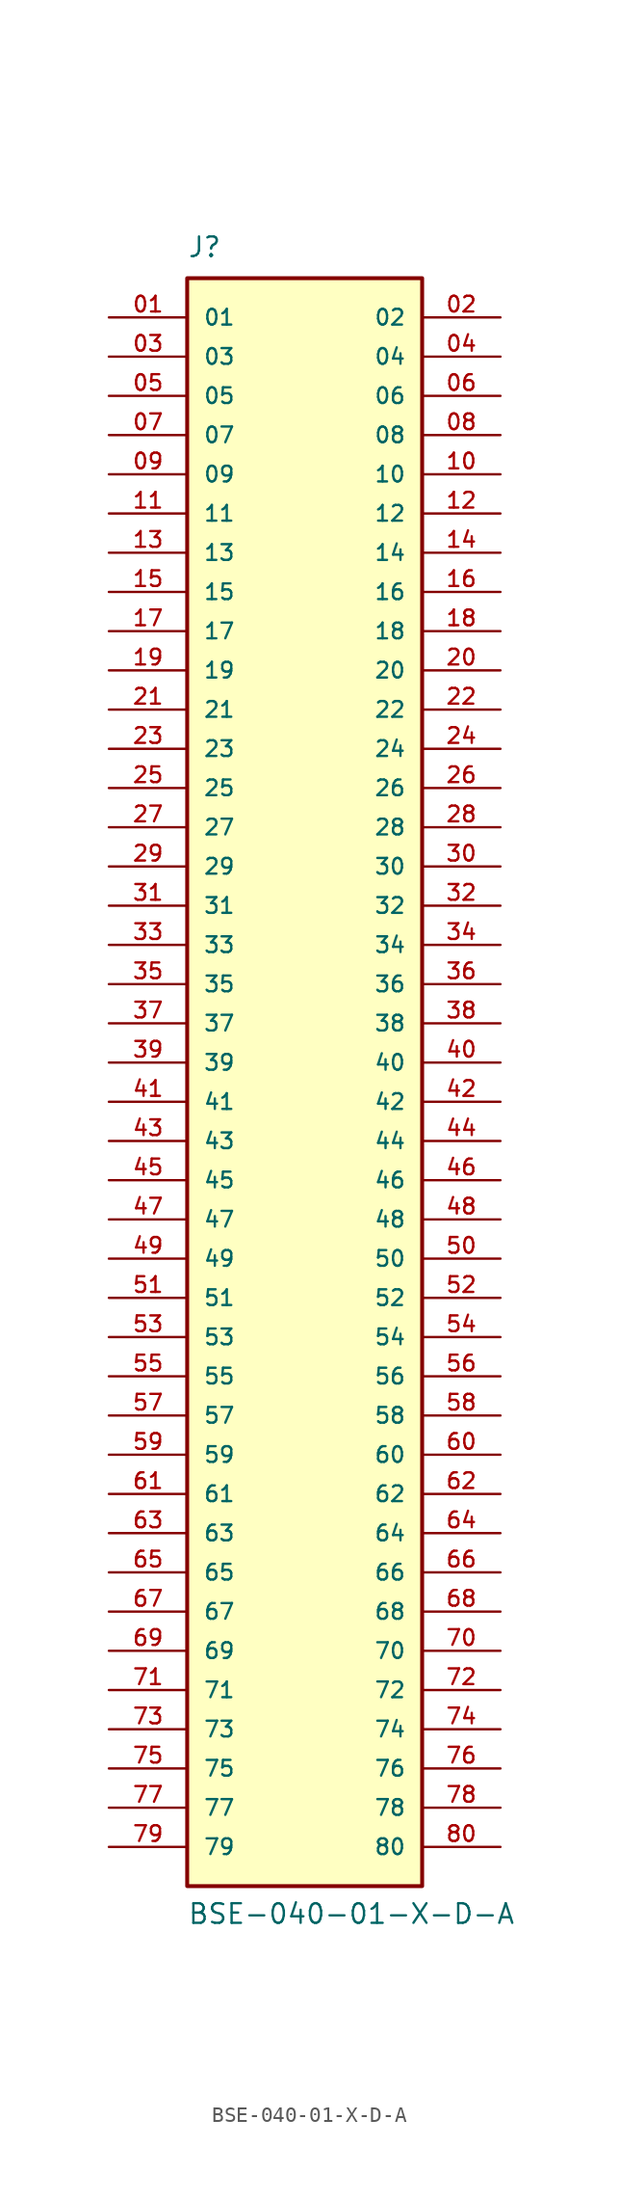
<source format=kicad_sym>
(kicad_symbol_lib
  (version 20211014)
  (generator kicad_symbol_editor)
  (symbol "BSE-040-01-X-D-A"
    (pin_names
      (offset 1.016))
    (property "Reference" "J"
      (at -7.62 52.07 0)
      (effects (font (size 1.27 1.27)) (justify bottom left)))
    (property "Value" "BSE-040-01-X-D-A"
      (at -7.62 -55.88 0)
      (effects (font (size 1.27 1.27)) (justify bottom left)))
    (symbol "BSE-040-01-X-D-A_0_0"
      (rectangle (start -7.62 -53.34) (end 7.62 50.8) (stroke (width 0.254)) (fill (type background)))
      (pin passive line (at -12.7 48.26 0) (length 5.08) (name "01" (effects (font (size 1.016 1.016)))) (number "01" (effects (font (size 1.016 1.016)))))
      (pin passive line (at 12.7 48.26 180.0) (length 5.08) (name "02" (effects (font (size 1.016 1.016)))) (number "02" (effects (font (size 1.016 1.016)))))
      (pin passive line (at -12.7 45.72 0) (length 5.08) (name "03" (effects (font (size 1.016 1.016)))) (number "03" (effects (font (size 1.016 1.016)))))
      (pin passive line (at 12.7 45.72 180.0) (length 5.08) (name "04" (effects (font (size 1.016 1.016)))) (number "04" (effects (font (size 1.016 1.016)))))
      (pin passive line (at -12.7 43.18 0) (length 5.08) (name "05" (effects (font (size 1.016 1.016)))) (number "05" (effects (font (size 1.016 1.016)))))
      (pin passive line (at 12.7 43.18 180.0) (length 5.08) (name "06" (effects (font (size 1.016 1.016)))) (number "06" (effects (font (size 1.016 1.016)))))
      (pin passive line (at -12.7 40.64 0) (length 5.08) (name "07" (effects (font (size 1.016 1.016)))) (number "07" (effects (font (size 1.016 1.016)))))
      (pin passive line (at 12.7 40.64 180.0) (length 5.08) (name "08" (effects (font (size 1.016 1.016)))) (number "08" (effects (font (size 1.016 1.016)))))
      (pin passive line (at -12.7 38.1 0) (length 5.08) (name "09" (effects (font (size 1.016 1.016)))) (number "09" (effects (font (size 1.016 1.016)))))
      (pin passive line (at 12.7 38.1 180.0) (length 5.08) (name "10" (effects (font (size 1.016 1.016)))) (number "10" (effects (font (size 1.016 1.016)))))
      (pin passive line (at -12.7 35.56 0) (length 5.08) (name "11" (effects (font (size 1.016 1.016)))) (number "11" (effects (font (size 1.016 1.016)))))
      (pin passive line (at 12.7 35.56 180.0) (length 5.08) (name "12" (effects (font (size 1.016 1.016)))) (number "12" (effects (font (size 1.016 1.016)))))
      (pin passive line (at -12.7 33.02 0) (length 5.08) (name "13" (effects (font (size 1.016 1.016)))) (number "13" (effects (font (size 1.016 1.016)))))
      (pin passive line (at 12.7 33.02 180.0) (length 5.08) (name "14" (effects (font (size 1.016 1.016)))) (number "14" (effects (font (size 1.016 1.016)))))
      (pin passive line (at -12.7 30.48 0) (length 5.08) (name "15" (effects (font (size 1.016 1.016)))) (number "15" (effects (font (size 1.016 1.016)))))
      (pin passive line (at 12.7 30.48 180.0) (length 5.08) (name "16" (effects (font (size 1.016 1.016)))) (number "16" (effects (font (size 1.016 1.016)))))
      (pin passive line (at -12.7 27.94 0) (length 5.08) (name "17" (effects (font (size 1.016 1.016)))) (number "17" (effects (font (size 1.016 1.016)))))
      (pin passive line (at 12.7 27.94 180.0) (length 5.08) (name "18" (effects (font (size 1.016 1.016)))) (number "18" (effects (font (size 1.016 1.016)))))
      (pin passive line (at -12.7 25.4 0) (length 5.08) (name "19" (effects (font (size 1.016 1.016)))) (number "19" (effects (font (size 1.016 1.016)))))
      (pin passive line (at 12.7 25.4 180.0) (length 5.08) (name "20" (effects (font (size 1.016 1.016)))) (number "20" (effects (font (size 1.016 1.016)))))
      (pin passive line (at -12.7 22.86 0) (length 5.08) (name "21" (effects (font (size 1.016 1.016)))) (number "21" (effects (font (size 1.016 1.016)))))
      (pin passive line (at 12.7 22.86 180.0) (length 5.08) (name "22" (effects (font (size 1.016 1.016)))) (number "22" (effects (font (size 1.016 1.016)))))
      (pin passive line (at -12.7 20.32 0) (length 5.08) (name "23" (effects (font (size 1.016 1.016)))) (number "23" (effects (font (size 1.016 1.016)))))
      (pin passive line (at 12.7 20.32 180.0) (length 5.08) (name "24" (effects (font (size 1.016 1.016)))) (number "24" (effects (font (size 1.016 1.016)))))
      (pin passive line (at -12.7 17.78 0) (length 5.08) (name "25" (effects (font (size 1.016 1.016)))) (number "25" (effects (font (size 1.016 1.016)))))
      (pin passive line (at 12.7 17.78 180.0) (length 5.08) (name "26" (effects (font (size 1.016 1.016)))) (number "26" (effects (font (size 1.016 1.016)))))
      (pin passive line (at -12.7 15.24 0) (length 5.08) (name "27" (effects (font (size 1.016 1.016)))) (number "27" (effects (font (size 1.016 1.016)))))
      (pin passive line (at 12.7 15.24 180.0) (length 5.08) (name "28" (effects (font (size 1.016 1.016)))) (number "28" (effects (font (size 1.016 1.016)))))
      (pin passive line (at -12.7 12.7 0) (length 5.08) (name "29" (effects (font (size 1.016 1.016)))) (number "29" (effects (font (size 1.016 1.016)))))
      (pin passive line (at 12.7 12.7 180.0) (length 5.08) (name "30" (effects (font (size 1.016 1.016)))) (number "30" (effects (font (size 1.016 1.016)))))
      (pin passive line (at -12.7 10.16 0) (length 5.08) (name "31" (effects (font (size 1.016 1.016)))) (number "31" (effects (font (size 1.016 1.016)))))
      (pin passive line (at 12.7 10.16 180.0) (length 5.08) (name "32" (effects (font (size 1.016 1.016)))) (number "32" (effects (font (size 1.016 1.016)))))
      (pin passive line (at -12.7 7.62 0) (length 5.08) (name "33" (effects (font (size 1.016 1.016)))) (number "33" (effects (font (size 1.016 1.016)))))
      (pin passive line (at 12.7 7.62 180.0) (length 5.08) (name "34" (effects (font (size 1.016 1.016)))) (number "34" (effects (font (size 1.016 1.016)))))
      (pin passive line (at -12.7 5.08 0) (length 5.08) (name "35" (effects (font (size 1.016 1.016)))) (number "35" (effects (font (size 1.016 1.016)))))
      (pin passive line (at 12.7 5.08 180.0) (length 5.08) (name "36" (effects (font (size 1.016 1.016)))) (number "36" (effects (font (size 1.016 1.016)))))
      (pin passive line (at -12.7 2.54 0) (length 5.08) (name "37" (effects (font (size 1.016 1.016)))) (number "37" (effects (font (size 1.016 1.016)))))
      (pin passive line (at 12.7 2.54 180.0) (length 5.08) (name "38" (effects (font (size 1.016 1.016)))) (number "38" (effects (font (size 1.016 1.016)))))
      (pin passive line (at -12.7 0.0 0) (length 5.08) (name "39" (effects (font (size 1.016 1.016)))) (number "39" (effects (font (size 1.016 1.016)))))
      (pin passive line (at 12.7 0.0 180.0) (length 5.08) (name "40" (effects (font (size 1.016 1.016)))) (number "40" (effects (font (size 1.016 1.016)))))
      (pin passive line (at -12.7 -2.54 0) (length 5.08) (name "41" (effects (font (size 1.016 1.016)))) (number "41" (effects (font (size 1.016 1.016)))))
      (pin passive line (at 12.7 -2.54 180.0) (length 5.08) (name "42" (effects (font (size 1.016 1.016)))) (number "42" (effects (font (size 1.016 1.016)))))
      (pin passive line (at -12.7 -5.08 0) (length 5.08) (name "43" (effects (font (size 1.016 1.016)))) (number "43" (effects (font (size 1.016 1.016)))))
      (pin passive line (at 12.7 -5.08 180.0) (length 5.08) (name "44" (effects (font (size 1.016 1.016)))) (number "44" (effects (font (size 1.016 1.016)))))
      (pin passive line (at -12.7 -7.62 0) (length 5.08) (name "45" (effects (font (size 1.016 1.016)))) (number "45" (effects (font (size 1.016 1.016)))))
      (pin passive line (at 12.7 -7.62 180.0) (length 5.08) (name "46" (effects (font (size 1.016 1.016)))) (number "46" (effects (font (size 1.016 1.016)))))
      (pin passive line (at -12.7 -10.16 0) (length 5.08) (name "47" (effects (font (size 1.016 1.016)))) (number "47" (effects (font (size 1.016 1.016)))))
      (pin passive line (at 12.7 -10.16 180.0) (length 5.08) (name "48" (effects (font (size 1.016 1.016)))) (number "48" (effects (font (size 1.016 1.016)))))
      (pin passive line (at -12.7 -12.7 0) (length 5.08) (name "49" (effects (font (size 1.016 1.016)))) (number "49" (effects (font (size 1.016 1.016)))))
      (pin passive line (at 12.7 -12.7 180.0) (length 5.08) (name "50" (effects (font (size 1.016 1.016)))) (number "50" (effects (font (size 1.016 1.016)))))
      (pin passive line (at -12.7 -15.24 0) (length 5.08) (name "51" (effects (font (size 1.016 1.016)))) (number "51" (effects (font (size 1.016 1.016)))))
      (pin passive line (at 12.7 -15.24 180.0) (length 5.08) (name "52" (effects (font (size 1.016 1.016)))) (number "52" (effects (font (size 1.016 1.016)))))
      (pin passive line (at -12.7 -17.78 0) (length 5.08) (name "53" (effects (font (size 1.016 1.016)))) (number "53" (effects (font (size 1.016 1.016)))))
      (pin passive line (at 12.7 -17.78 180.0) (length 5.08) (name "54" (effects (font (size 1.016 1.016)))) (number "54" (effects (font (size 1.016 1.016)))))
      (pin passive line (at -12.7 -20.32 0) (length 5.08) (name "55" (effects (font (size 1.016 1.016)))) (number "55" (effects (font (size 1.016 1.016)))))
      (pin passive line (at 12.7 -20.32 180.0) (length 5.08) (name "56" (effects (font (size 1.016 1.016)))) (number "56" (effects (font (size 1.016 1.016)))))
      (pin passive line (at -12.7 -22.86 0) (length 5.08) (name "57" (effects (font (size 1.016 1.016)))) (number "57" (effects (font (size 1.016 1.016)))))
      (pin passive line (at 12.7 -22.86 180.0) (length 5.08) (name "58" (effects (font (size 1.016 1.016)))) (number "58" (effects (font (size 1.016 1.016)))))
      (pin passive line (at -12.7 -25.4 0) (length 5.08) (name "59" (effects (font (size 1.016 1.016)))) (number "59" (effects (font (size 1.016 1.016)))))
      (pin passive line (at 12.7 -25.4 180.0) (length 5.08) (name "60" (effects (font (size 1.016 1.016)))) (number "60" (effects (font (size 1.016 1.016)))))
      (pin passive line (at -12.7 -27.94 0) (length 5.08) (name "61" (effects (font (size 1.016 1.016)))) (number "61" (effects (font (size 1.016 1.016)))))
      (pin passive line (at 12.7 -27.94 180.0) (length 5.08) (name "62" (effects (font (size 1.016 1.016)))) (number "62" (effects (font (size 1.016 1.016)))))
      (pin passive line (at -12.7 -30.48 0) (length 5.08) (name "63" (effects (font (size 1.016 1.016)))) (number "63" (effects (font (size 1.016 1.016)))))
      (pin passive line (at 12.7 -30.48 180.0) (length 5.08) (name "64" (effects (font (size 1.016 1.016)))) (number "64" (effects (font (size 1.016 1.016)))))
      (pin passive line (at -12.7 -33.02 0) (length 5.08) (name "65" (effects (font (size 1.016 1.016)))) (number "65" (effects (font (size 1.016 1.016)))))
      (pin passive line (at 12.7 -33.02 180.0) (length 5.08) (name "66" (effects (font (size 1.016 1.016)))) (number "66" (effects (font (size 1.016 1.016)))))
      (pin passive line (at -12.7 -35.56 0) (length 5.08) (name "67" (effects (font (size 1.016 1.016)))) (number "67" (effects (font (size 1.016 1.016)))))
      (pin passive line (at 12.7 -35.56 180.0) (length 5.08) (name "68" (effects (font (size 1.016 1.016)))) (number "68" (effects (font (size 1.016 1.016)))))
      (pin passive line (at -12.7 -38.1 0) (length 5.08) (name "69" (effects (font (size 1.016 1.016)))) (number "69" (effects (font (size 1.016 1.016)))))
      (pin passive line (at 12.7 -38.1 180.0) (length 5.08) (name "70" (effects (font (size 1.016 1.016)))) (number "70" (effects (font (size 1.016 1.016)))))
      (pin passive line (at -12.7 -40.64 0) (length 5.08) (name "71" (effects (font (size 1.016 1.016)))) (number "71" (effects (font (size 1.016 1.016)))))
      (pin passive line (at 12.7 -40.64 180.0) (length 5.08) (name "72" (effects (font (size 1.016 1.016)))) (number "72" (effects (font (size 1.016 1.016)))))
      (pin passive line (at -12.7 -43.18 0) (length 5.08) (name "73" (effects (font (size 1.016 1.016)))) (number "73" (effects (font (size 1.016 1.016)))))
      (pin passive line (at 12.7 -43.18 180.0) (length 5.08) (name "74" (effects (font (size 1.016 1.016)))) (number "74" (effects (font (size 1.016 1.016)))))
      (pin passive line (at -12.7 -45.72 0) (length 5.08) (name "75" (effects (font (size 1.016 1.016)))) (number "75" (effects (font (size 1.016 1.016)))))
      (pin passive line (at 12.7 -45.72 180.0) (length 5.08) (name "76" (effects (font (size 1.016 1.016)))) (number "76" (effects (font (size 1.016 1.016)))))
      (pin passive line (at -12.7 -48.26 0) (length 5.08) (name "77" (effects (font (size 1.016 1.016)))) (number "77" (effects (font (size 1.016 1.016)))))
      (pin passive line (at 12.7 -48.26 180.0) (length 5.08) (name "78" (effects (font (size 1.016 1.016)))) (number "78" (effects (font (size 1.016 1.016)))))
      (pin passive line (at -12.7 -50.8 0) (length 5.08) (name "79" (effects (font (size 1.016 1.016)))) (number "79" (effects (font (size 1.016 1.016)))))
      (pin passive line (at 12.7 -50.8 180.0) (length 5.08) (name "80" (effects (font (size 1.016 1.016)))) (number "80" (effects (font (size 1.016 1.016))))))))
</source>
